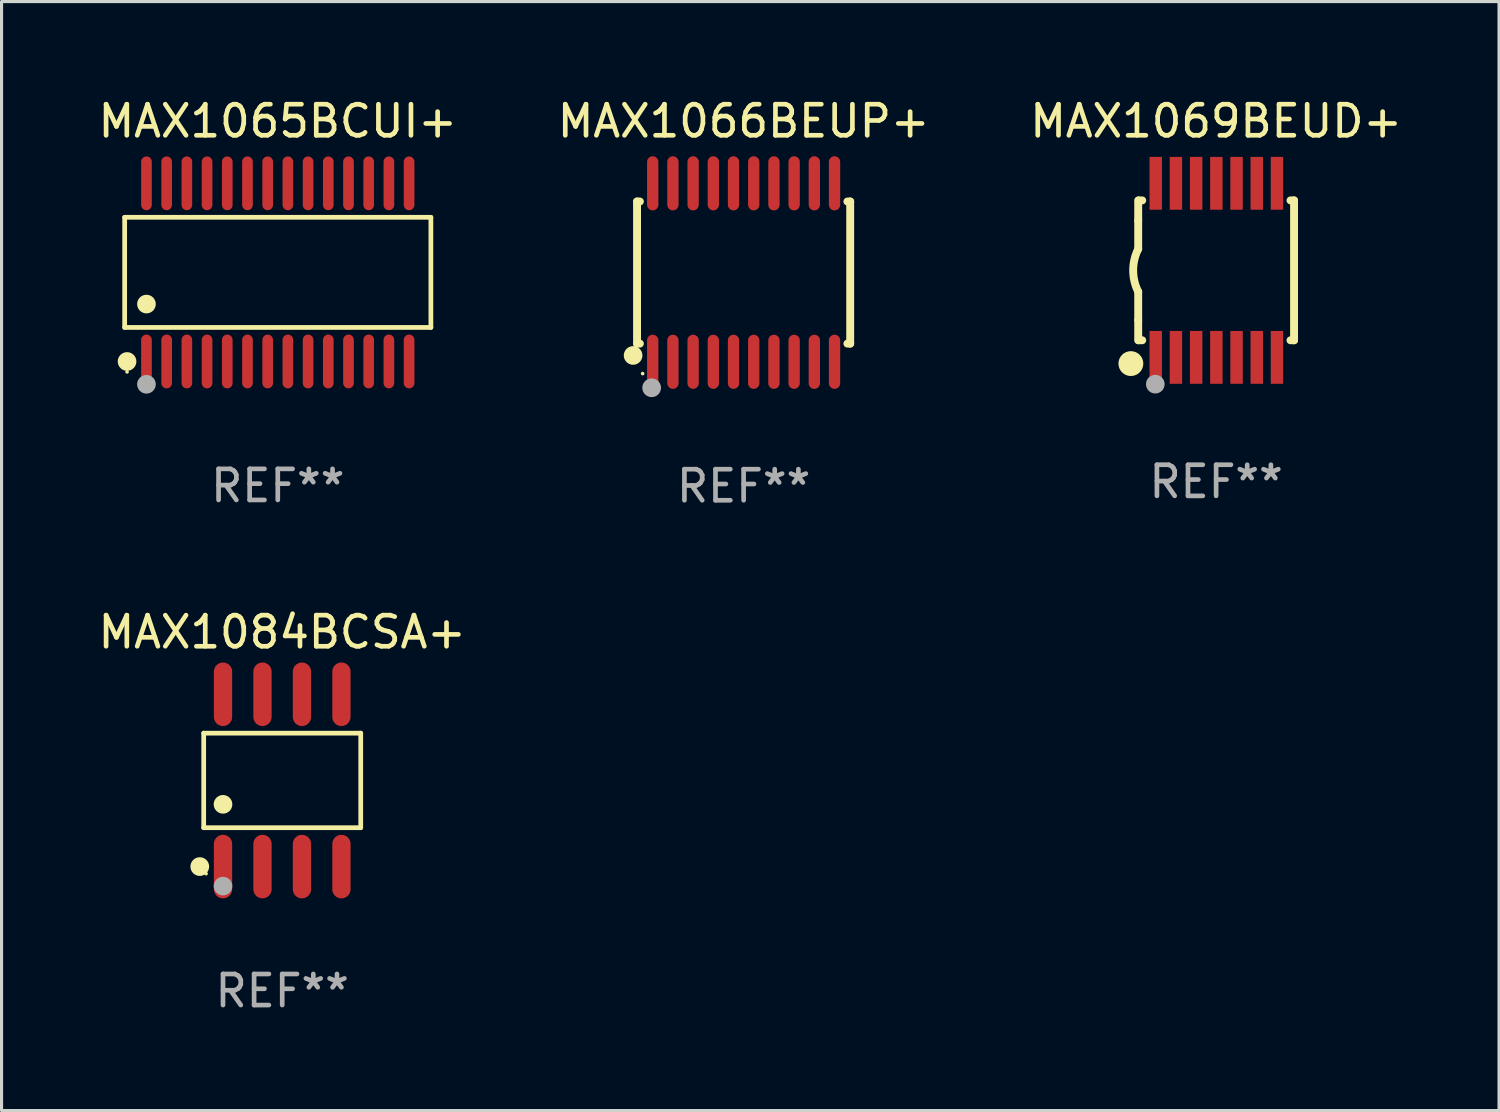
<source format=kicad_pcb>
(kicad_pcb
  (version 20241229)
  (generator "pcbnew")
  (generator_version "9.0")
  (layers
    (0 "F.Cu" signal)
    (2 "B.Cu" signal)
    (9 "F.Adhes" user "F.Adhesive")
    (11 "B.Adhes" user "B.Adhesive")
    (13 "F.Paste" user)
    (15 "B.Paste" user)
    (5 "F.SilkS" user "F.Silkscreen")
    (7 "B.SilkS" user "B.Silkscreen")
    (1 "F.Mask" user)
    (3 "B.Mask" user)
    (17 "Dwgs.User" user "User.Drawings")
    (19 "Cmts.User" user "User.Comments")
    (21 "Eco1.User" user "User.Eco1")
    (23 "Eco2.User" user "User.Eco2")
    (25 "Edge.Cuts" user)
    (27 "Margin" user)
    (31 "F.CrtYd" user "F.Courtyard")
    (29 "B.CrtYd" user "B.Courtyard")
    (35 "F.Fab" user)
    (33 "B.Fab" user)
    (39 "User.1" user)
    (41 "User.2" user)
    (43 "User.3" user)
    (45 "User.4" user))
  (footprint "MAX1065BCUI+"
    (layer "F.Cu")
    (at 5.887 5.714)
    (property "Reference" "MAX1065BCUI+" (at 0 -4.866 0) (layer "F.SilkS") (effects (font (size 1 1) (thickness 0.15))))
    (attr through_hole)
    (fp_line (start -4.926 -1.772) (end 4.926 -1.772) (stroke (width 0.152) (type solid)) (layer "F.SilkS"))
    (fp_line (start -4.926 1.771) (end -4.926 -1.772) (stroke (width 0.152) (type solid)) (layer "F.SilkS"))
    (fp_line (start 4.926 -1.772) (end 4.926 1.771) (stroke (width 0.152) (type solid)) (layer "F.SilkS"))
    (fp_line (start 4.926 1.771) (end -4.926 1.771) (stroke (width 0.152) (type solid)) (layer "F.SilkS"))
    (fp_circle (center -4.85 3.2) (end -4.82 3.2) (stroke (width 0.06) (type solid)) (fill no) (layer "F.SilkS"))
    (fp_circle (center -4.849 2.866) (end -4.699 2.866) (stroke (width 0.3) (type solid)) (fill no) (layer "F.SilkS"))
    (fp_circle (center -4.225 1.019) (end -4.075 1.019) (stroke (width 0.3) (type solid)) (fill no) (layer "F.SilkS"))
    (fp_circle (center -4.225 3.6) (end -4.075 3.6) (stroke (width 0.3) (type solid)) (fill no) (layer "F.Fab"))
    (fp_text user "REF**" (at 0 6.866 0) (layer "F.Fab") (effects (font (size 1 1) (thickness 0.15))))
    (pad "1" smd oval (at -4.225 2.866) (size 0.343 1.731) (layers "F.Cu" "F.Mask" "F.Paste"))
    (pad "2" smd oval (at -3.575 2.866) (size 0.343 1.731) (layers "F.Cu" "F.Mask" "F.Paste"))
    (pad "3" smd oval (at -2.925 2.866) (size 0.343 1.731) (layers "F.Cu" "F.Mask" "F.Paste"))
    (pad "4" smd oval (at -2.275 2.866) (size 0.343 1.731) (layers "F.Cu" "F.Mask" "F.Paste"))
    (pad "5" smd oval (at -1.625 2.866) (size 0.343 1.731) (layers "F.Cu" "F.Mask" "F.Paste"))
    (pad "6" smd oval (at -0.975 2.866) (size 0.343 1.731) (layers "F.Cu" "F.Mask" "F.Paste"))
    (pad "7" smd oval (at -0.325 2.866) (size 0.343 1.731) (layers "F.Cu" "F.Mask" "F.Paste"))
    (pad "8" smd oval (at 0.325 2.866) (size 0.343 1.731) (layers "F.Cu" "F.Mask" "F.Paste"))
    (pad "9" smd oval (at 0.975 2.866) (size 0.343 1.731) (layers "F.Cu" "F.Mask" "F.Paste"))
    (pad "10" smd oval (at 1.625 2.866) (size 0.343 1.731) (layers "F.Cu" "F.Mask" "F.Paste"))
    (pad "11" smd oval (at 2.275 2.866) (size 0.343 1.731) (layers "F.Cu" "F.Mask" "F.Paste"))
    (pad "12" smd oval (at 2.925 2.866) (size 0.343 1.731) (layers "F.Cu" "F.Mask" "F.Paste"))
    (pad "13" smd oval (at 3.575 2.866) (size 0.343 1.731) (layers "F.Cu" "F.Mask" "F.Paste"))
    (pad "14" smd oval (at 4.225 2.866) (size 0.343 1.731) (layers "F.Cu" "F.Mask" "F.Paste"))
    (pad "15" smd oval (at 4.225 -2.866) (size 0.343 1.731) (layers "F.Cu" "F.Mask" "F.Paste"))
    (pad "16" smd oval (at 3.575 -2.866) (size 0.343 1.731) (layers "F.Cu" "F.Mask" "F.Paste"))
    (pad "17" smd oval (at 2.925 -2.866) (size 0.343 1.731) (layers "F.Cu" "F.Mask" "F.Paste"))
    (pad "18" smd oval (at 2.275 -2.866) (size 0.343 1.731) (layers "F.Cu" "F.Mask" "F.Paste"))
    (pad "19" smd oval (at 1.625 -2.866) (size 0.343 1.731) (layers "F.Cu" "F.Mask" "F.Paste"))
    (pad "20" smd oval (at 0.975 -2.866) (size 0.343 1.731) (layers "F.Cu" "F.Mask" "F.Paste"))
    (pad "21" smd oval (at 0.325 -2.866) (size 0.343 1.731) (layers "F.Cu" "F.Mask" "F.Paste"))
    (pad "22" smd oval (at -0.325 -2.866) (size 0.343 1.731) (layers "F.Cu" "F.Mask" "F.Paste"))
    (pad "23" smd oval (at -0.975 -2.866) (size 0.343 1.731) (layers "F.Cu" "F.Mask" "F.Paste"))
    (pad "24" smd oval (at -1.625 -2.866) (size 0.343 1.731) (layers "F.Cu" "F.Mask" "F.Paste"))
    (pad "25" smd oval (at -2.275 -2.866) (size 0.343 1.731) (layers "F.Cu" "F.Mask" "F.Paste"))
    (pad "26" smd oval (at -2.925 -2.866) (size 0.343 1.731) (layers "F.Cu" "F.Mask" "F.Paste"))
    (pad "27" smd oval (at -3.575 -2.866) (size 0.343 1.731) (layers "F.Cu" "F.Mask" "F.Paste"))
    (pad "28" smd oval (at -4.225 -2.866) (size 0.343 1.731) (layers "F.Cu" "F.Mask" "F.Paste")))
  (footprint "MAX1084BCSA+"
    (layer "F.Cu")
    (at 6.03 22.059)
    (property "Reference" "MAX1084BCSA+" (at 0 -4.772 0) (layer "F.SilkS") (effects (font (size 1 1) (thickness 0.15))))
    (attr through_hole)
    (fp_line (start -2.526 -1.521) (end 2.526 -1.521) (stroke (width 0.152) (type solid)) (layer "F.SilkS"))
    (fp_line (start -2.526 1.521) (end -2.526 -1.521) (stroke (width 0.152) (type solid)) (layer "F.SilkS"))
    (fp_line (start 2.526 -1.521) (end 2.526 1.521) (stroke (width 0.152) (type solid)) (layer "F.SilkS"))
    (fp_line (start 2.526 1.521) (end -2.526 1.521) (stroke (width 0.152) (type solid)) (layer "F.SilkS"))
    (fp_circle (center -2.652 2.772) (end -2.501 2.772) (stroke (width 0.3) (type solid)) (fill no) (layer "F.SilkS"))
    (fp_circle (center -2.45 3) (end -2.42 3) (stroke (width 0.06) (type solid)) (fill no) (layer "F.SilkS"))
    (fp_circle (center -1.905 0.769) (end -1.755 0.769) (stroke (width 0.3) (type solid)) (fill no) (layer "F.SilkS"))
    (fp_circle (center -1.905 3.4) (end -1.755 3.4) (stroke (width 0.3) (type solid)) (fill no) (layer "F.Fab"))
    (fp_text user "REF**" (at 0 6.772 0) (layer "F.Fab") (effects (font (size 1 1) (thickness 0.15))))
    (pad "1" smd oval (at -1.905 2.772) (size 0.588 2.045) (layers "F.Cu" "F.Mask" "F.Paste"))
    (pad "2" smd oval (at -0.635 2.772) (size 0.588 2.045) (layers "F.Cu" "F.Mask" "F.Paste"))
    (pad "3" smd oval (at 0.635 2.772) (size 0.588 2.045) (layers "F.Cu" "F.Mask" "F.Paste"))
    (pad "4" smd oval (at 1.905 2.772) (size 0.588 2.045) (layers "F.Cu" "F.Mask" "F.Paste"))
    (pad "5" smd oval (at 1.905 -2.772) (size 0.588 2.045) (layers "F.Cu" "F.Mask" "F.Paste"))
    (pad "6" smd oval (at 0.635 -2.772) (size 0.588 2.045) (layers "F.Cu" "F.Mask" "F.Paste"))
    (pad "7" smd oval (at -0.635 -2.772) (size 0.588 2.045) (layers "F.Cu" "F.Mask" "F.Paste"))
    (pad "8" smd oval (at -1.905 -2.772) (size 0.588 2.045) (layers "F.Cu" "F.Mask" "F.Paste")))
  (footprint "MAX1066BEUP+"
    (layer "F.Cu")
    (at 20.875 5.719)
    (property "Reference" "MAX1066BEUP+" (at 0 -4.871 0) (layer "F.SilkS") (effects (font (size 1 1) (thickness 0.15))))
    (attr through_hole)
    (fp_line (start -3.429 -2.286) (end -3.429 2.286) (stroke (width 0.254) (type solid)) (layer "F.SilkS"))
    (fp_line (start -3.429 2.286) (end -3.338 2.286) (stroke (width 0.254) (type solid)) (layer "F.SilkS"))
    (fp_line (start -3.338 -2.286) (end -3.429 -2.286) (stroke (width 0.254) (type solid)) (layer "F.SilkS"))
    (fp_line (start 3.338 -2.286) (end 3.429 -2.286) (stroke (width 0.254) (type solid)) (layer "F.SilkS"))
    (fp_line (start 3.429 -2.286) (end 3.429 2.286) (stroke (width 0.254) (type solid)) (layer "F.SilkS"))
    (fp_line (start 3.429 2.286) (end 3.338 2.286) (stroke (width 0.254) (type solid)) (layer "F.SilkS"))
    (fp_circle (center -3.556 2.667) (end -3.406 2.667) (stroke (width 0.3) (type solid)) (fill no) (layer "F.SilkS"))
    (fp_circle (center -3.25 3.25) (end -3.22 3.25) (stroke (width 0.06) (type solid)) (fill no) (layer "F.SilkS"))
    (fp_circle (center -2.959 3.707) (end -2.808 3.707) (stroke (width 0.3) (type solid)) (fill no) (layer "F.Fab"))
    (fp_text user "REF**" (at 0 6.871 0) (layer "F.Fab") (effects (font (size 1 1) (thickness 0.15))))
    (pad "1" smd oval (at -2.925 2.871) (size 0.364 1.742) (layers "F.Cu" "F.Mask" "F.Paste"))
    (pad "2" smd oval (at -2.275 2.871) (size 0.364 1.742) (layers "F.Cu" "F.Mask" "F.Paste"))
    (pad "3" smd oval (at -1.625 2.871) (size 0.364 1.742) (layers "F.Cu" "F.Mask" "F.Paste"))
    (pad "4" smd oval (at -0.975 2.871) (size 0.364 1.742) (layers "F.Cu" "F.Mask" "F.Paste"))
    (pad "5" smd oval (at -0.325 2.871) (size 0.364 1.742) (layers "F.Cu" "F.Mask" "F.Paste"))
    (pad "6" smd oval (at 0.325 2.871) (size 0.364 1.742) (layers "F.Cu" "F.Mask" "F.Paste"))
    (pad "7" smd oval (at 0.975 2.871) (size 0.364 1.742) (layers "F.Cu" "F.Mask" "F.Paste"))
    (pad "8" smd oval (at 1.625 2.871) (size 0.364 1.742) (layers "F.Cu" "F.Mask" "F.Paste"))
    (pad "9" smd oval (at 2.275 2.871) (size 0.364 1.742) (layers "F.Cu" "F.Mask" "F.Paste"))
    (pad "10" smd oval (at 2.925 2.871) (size 0.364 1.742) (layers "F.Cu" "F.Mask" "F.Paste"))
    (pad "11" smd oval (at 2.925 -2.871) (size 0.364 1.742) (layers "F.Cu" "F.Mask" "F.Paste"))
    (pad "12" smd oval (at 2.275 -2.871) (size 0.364 1.742) (layers "F.Cu" "F.Mask" "F.Paste"))
    (pad "13" smd oval (at 1.625 -2.871) (size 0.364 1.742) (layers "F.Cu" "F.Mask" "F.Paste"))
    (pad "14" smd oval (at 0.975 -2.871) (size 0.364 1.742) (layers "F.Cu" "F.Mask" "F.Paste"))
    (pad "15" smd oval (at 0.325 -2.871) (size 0.364 1.742) (layers "F.Cu" "F.Mask" "F.Paste"))
    (pad "16" smd oval (at -0.325 -2.871) (size 0.364 1.742) (layers "F.Cu" "F.Mask" "F.Paste"))
    (pad "17" smd oval (at -0.975 -2.871) (size 0.364 1.742) (layers "F.Cu" "F.Mask" "F.Paste"))
    (pad "18" smd oval (at -1.625 -2.871) (size 0.364 1.742) (layers "F.Cu" "F.Mask" "F.Paste"))
    (pad "19" smd oval (at -2.275 -2.871) (size 0.364 1.742) (layers "F.Cu" "F.Mask" "F.Paste"))
    (pad "20" smd oval (at -2.925 -2.871) (size 0.364 1.742) (layers "F.Cu" "F.Mask" "F.Paste")))
  (footprint "MAX1069BEUD+"
    (layer "F.Cu")
    (at 36.077 5.648)
    (property "Reference" "MAX1069BEUD+" (at 0 -4.8 0) (layer "F.SilkS") (effects (font (size 1 1) (thickness 0.15))))
    (attr through_hole)
    (fp_line (start -2.507 -1.6) (end -2.507 -2.25) (stroke (width 0.254) (type solid)) (layer "F.SilkS"))
    (fp_line (start -2.507 -0.686) (end -2.507 -1.6) (stroke (width 0.254) (type solid)) (layer "F.SilkS"))
    (fp_line (start -2.507 1.6) (end -2.507 0.686) (stroke (width 0.254) (type solid)) (layer "F.SilkS"))
    (fp_line (start -2.507 1.6) (end -2.507 2.25) (stroke (width 0.254) (type solid)) (layer "F.SilkS"))
    (fp_line (start -2.493 -2.25) (end -2.377 -2.25) (stroke (width 0.254) (type solid)) (layer "F.SilkS"))
    (fp_line (start -2.377 2.25) (end -2.493 2.25) (stroke (width 0.254) (type solid)) (layer "F.SilkS"))
    (fp_line (start 2.392 -2.25) (end 2.507 -2.25) (stroke (width 0.254) (type solid)) (layer "F.SilkS"))
    (fp_line (start 2.507 -2.25) (end 2.507 2.25) (stroke (width 0.254) (type solid)) (layer "F.SilkS"))
    (fp_line (start 2.507 2.25) (end 2.392 2.25) (stroke (width 0.254) (type solid)) (layer "F.SilkS"))
    (fp_arc (start -2.507303 0.685802) (mid -2.669199 0) (end -2.507303 -0.685801) (stroke (width 0.254001) (type solid)) (layer "F.SilkS"))
    (fp_circle (center -2.743 3) (end -2.543 3) (stroke (width 0.4) (type solid)) (fill no) (layer "F.SilkS"))
    (fp_circle (center -2.493 3.2) (end -2.463 3.2) (stroke (width 0.06) (type solid)) (fill no) (layer "F.SilkS"))
    (fp_circle (center -1.957 3.662) (end -1.807 3.662) (stroke (width 0.3) (type solid)) (fill no) (layer "F.Fab"))
    (fp_text user "REF**" (at 0 6.8 0) (layer "F.Fab") (effects (font (size 1 1) (thickness 0.15))))
    (pad "1" smd rect (at -1.943 2.8) (size 0.4 1.7) (layers "F.Cu" "F.Mask" "F.Paste"))
    (pad "2" smd rect (at -1.293 2.8) (size 0.4 1.7) (layers "F.Cu" "F.Mask" "F.Paste"))
    (pad "3" smd rect (at -0.643 2.8) (size 0.4 1.7) (layers "F.Cu" "F.Mask" "F.Paste"))
    (pad "4" smd rect (at 0.007 2.8) (size 0.4 1.7) (layers "F.Cu" "F.Mask" "F.Paste"))
    (pad "5" smd rect (at 0.657 2.8) (size 0.4 1.7) (layers "F.Cu" "F.Mask" "F.Paste"))
    (pad "6" smd rect (at 1.307 2.8) (size 0.4 1.7) (layers "F.Cu" "F.Mask" "F.Paste"))
    (pad "7" smd rect (at 1.957 2.8) (size 0.4 1.7) (layers "F.Cu" "F.Mask" "F.Paste"))
    (pad "8" smd rect (at 1.957 -2.8) (size 0.4 1.7) (layers "F.Cu" "F.Mask" "F.Paste"))
    (pad "9" smd rect (at 1.307 -2.8) (size 0.4 1.7) (layers "F.Cu" "F.Mask" "F.Paste"))
    (pad "10" smd rect (at 0.657 -2.8) (size 0.4 1.7) (layers "F.Cu" "F.Mask" "F.Paste"))
    (pad "11" smd rect (at 0.007 -2.8) (size 0.4 1.7) (layers "F.Cu" "F.Mask" "F.Paste"))
    (pad "12" smd rect (at -0.643 -2.8) (size 0.4 1.7) (layers "F.Cu" "F.Mask" "F.Paste"))
    (pad "13" smd rect (at -1.293 -2.8) (size 0.4 1.7) (layers "F.Cu" "F.Mask" "F.Paste"))
    (pad "14" smd rect (at -1.943 -2.8) (size 0.4 1.7) (layers "F.Cu" "F.Mask" "F.Paste")))
  (gr_rect
    (start -3 -3)
    (end 45.179 32.68)
    (stroke (width 0.1) (type default))
    (fill no)
    (layer "Edge.Cuts")))
</source>
